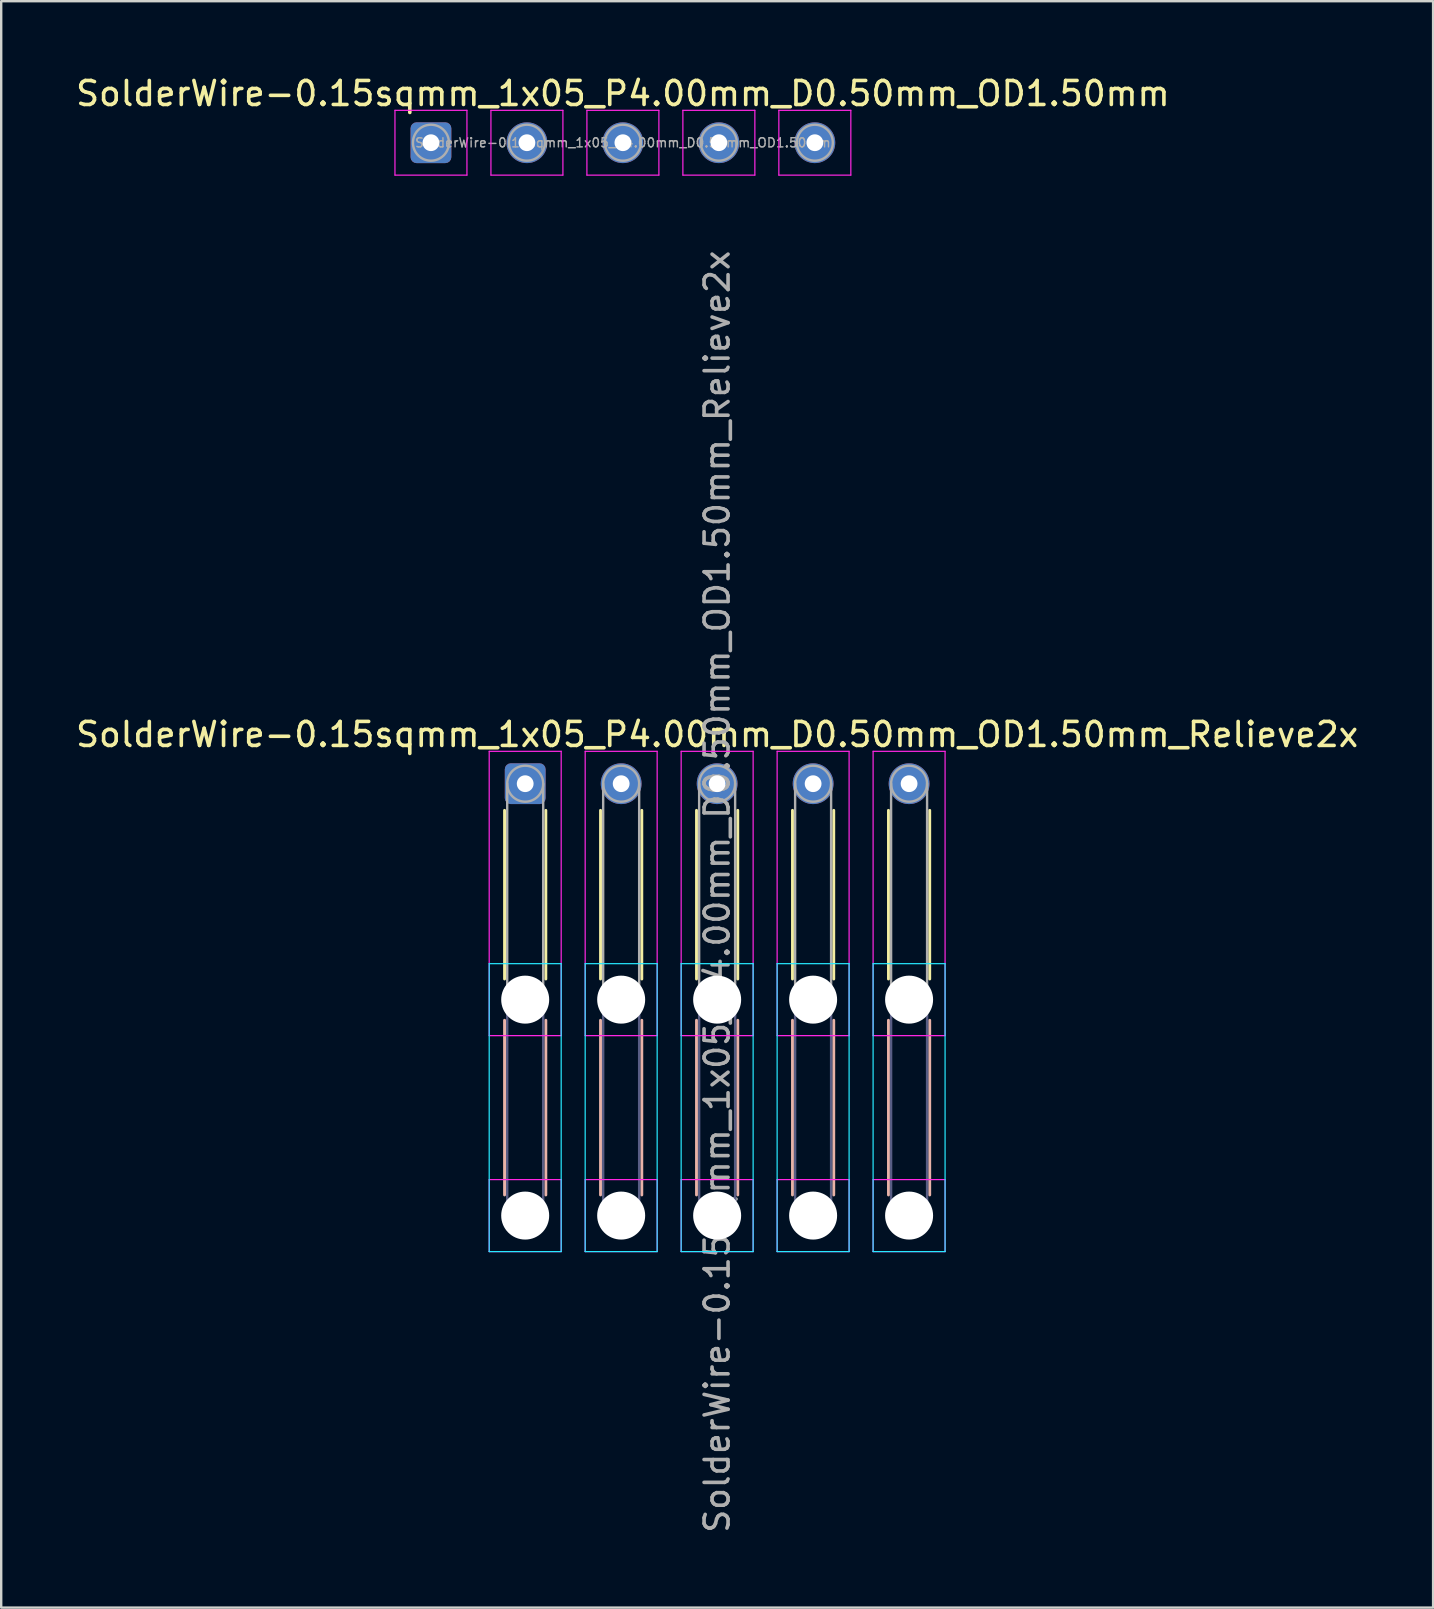
<source format=kicad_pcb>
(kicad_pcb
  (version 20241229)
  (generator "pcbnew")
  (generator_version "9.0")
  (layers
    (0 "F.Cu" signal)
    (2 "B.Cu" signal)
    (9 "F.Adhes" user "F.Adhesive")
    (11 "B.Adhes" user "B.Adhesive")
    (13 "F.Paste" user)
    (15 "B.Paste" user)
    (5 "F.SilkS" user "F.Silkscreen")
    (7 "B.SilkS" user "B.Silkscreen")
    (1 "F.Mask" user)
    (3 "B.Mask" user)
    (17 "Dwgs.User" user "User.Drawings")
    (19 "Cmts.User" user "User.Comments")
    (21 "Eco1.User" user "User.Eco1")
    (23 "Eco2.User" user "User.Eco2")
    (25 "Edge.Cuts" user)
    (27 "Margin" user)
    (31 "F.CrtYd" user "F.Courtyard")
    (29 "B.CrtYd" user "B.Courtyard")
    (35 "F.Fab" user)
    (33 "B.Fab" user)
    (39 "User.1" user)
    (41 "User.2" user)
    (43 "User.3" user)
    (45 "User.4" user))
  (footprint "SolderWire-0.15sqmm_1x05_P4.00mm_D0.50mm_OD1.50mm_Relieve2x"
    (layer "F.Cu")
    (at 18.839 29.613)
    (property "Reference" "SolderWire-0.15sqmm_1x05_P4.00mm_D0.50mm_OD1.50mm_Relieve2x" (at 8 -2.05 0) (layer "F.SilkS") (effects (font (size 1 1) (thickness 0.15))))
    (attr exclude_from_pos_files exclude_from_bom)
    (fp_line (start -0.86 1.11) (end -0.86 8.14) (stroke (width 0.12) (type solid)) (layer "F.SilkS"))
    (fp_line (start 0.86 1.11) (end 0.86 8.14) (stroke (width 0.12) (type solid)) (layer "F.SilkS"))
    (fp_line (start 3.14 1.11) (end 3.14 8.14) (stroke (width 0.12) (type solid)) (layer "F.SilkS"))
    (fp_line (start 4.86 1.11) (end 4.86 8.14) (stroke (width 0.12) (type solid)) (layer "F.SilkS"))
    (fp_line (start 7.14 1.11) (end 7.14 8.14) (stroke (width 0.12) (type solid)) (layer "F.SilkS"))
    (fp_line (start 8.86 1.11) (end 8.86 8.14) (stroke (width 0.12) (type solid)) (layer "F.SilkS"))
    (fp_line (start 11.14 1.11) (end 11.14 8.14) (stroke (width 0.12) (type solid)) (layer "F.SilkS"))
    (fp_line (start 12.86 1.11) (end 12.86 8.14) (stroke (width 0.12) (type solid)) (layer "F.SilkS"))
    (fp_line (start 15.14 1.11) (end 15.14 8.14) (stroke (width 0.12) (type solid)) (layer "F.SilkS"))
    (fp_line (start 16.86 1.11) (end 16.86 8.14) (stroke (width 0.12) (type solid)) (layer "F.SilkS"))
    (fp_line (start -0.86 9.86) (end -0.86 17.14) (stroke (width 0.12) (type solid)) (layer "B.SilkS"))
    (fp_line (start 0.86 9.86) (end 0.86 17.14) (stroke (width 0.12) (type solid)) (layer "B.SilkS"))
    (fp_line (start 3.14 9.86) (end 3.14 17.14) (stroke (width 0.12) (type solid)) (layer "B.SilkS"))
    (fp_line (start 4.86 9.86) (end 4.86 17.14) (stroke (width 0.12) (type solid)) (layer "B.SilkS"))
    (fp_line (start 7.14 9.86) (end 7.14 17.14) (stroke (width 0.12) (type solid)) (layer "B.SilkS"))
    (fp_line (start 8.86 9.86) (end 8.86 17.14) (stroke (width 0.12) (type solid)) (layer "B.SilkS"))
    (fp_line (start 11.14 9.86) (end 11.14 17.14) (stroke (width 0.12) (type solid)) (layer "B.SilkS"))
    (fp_line (start 12.86 9.86) (end 12.86 17.14) (stroke (width 0.12) (type solid)) (layer "B.SilkS"))
    (fp_line (start 15.14 9.86) (end 15.14 17.14) (stroke (width 0.12) (type solid)) (layer "B.SilkS"))
    (fp_line (start 16.86 9.86) (end 16.86 17.14) (stroke (width 0.12) (type solid)) (layer "B.SilkS"))
    (fp_line (start -1.5 7.5) (end -1.5 19.5) (stroke (width 0.05) (type solid)) (layer "B.CrtYd"))
    (fp_line (start -1.5 19.5) (end 1.5 19.5) (stroke (width 0.05) (type solid)) (layer "B.CrtYd"))
    (fp_line (start 1.5 7.5) (end -1.5 7.5) (stroke (width 0.05) (type solid)) (layer "B.CrtYd"))
    (fp_line (start 1.5 19.5) (end 1.5 7.5) (stroke (width 0.05) (type solid)) (layer "B.CrtYd"))
    (fp_line (start 2.5 7.5) (end 2.5 19.5) (stroke (width 0.05) (type solid)) (layer "B.CrtYd"))
    (fp_line (start 2.5 19.5) (end 5.5 19.5) (stroke (width 0.05) (type solid)) (layer "B.CrtYd"))
    (fp_line (start 5.5 7.5) (end 2.5 7.5) (stroke (width 0.05) (type solid)) (layer "B.CrtYd"))
    (fp_line (start 5.5 19.5) (end 5.5 7.5) (stroke (width 0.05) (type solid)) (layer "B.CrtYd"))
    (fp_line (start 6.5 7.5) (end 6.5 19.5) (stroke (width 0.05) (type solid)) (layer "B.CrtYd"))
    (fp_line (start 6.5 19.5) (end 9.5 19.5) (stroke (width 0.05) (type solid)) (layer "B.CrtYd"))
    (fp_line (start 9.5 7.5) (end 6.5 7.5) (stroke (width 0.05) (type solid)) (layer "B.CrtYd"))
    (fp_line (start 9.5 19.5) (end 9.5 7.5) (stroke (width 0.05) (type solid)) (layer "B.CrtYd"))
    (fp_line (start 10.5 7.5) (end 10.5 19.5) (stroke (width 0.05) (type solid)) (layer "B.CrtYd"))
    (fp_line (start 10.5 19.5) (end 13.5 19.5) (stroke (width 0.05) (type solid)) (layer "B.CrtYd"))
    (fp_line (start 13.5 7.5) (end 10.5 7.5) (stroke (width 0.05) (type solid)) (layer "B.CrtYd"))
    (fp_line (start 13.5 19.5) (end 13.5 7.5) (stroke (width 0.05) (type solid)) (layer "B.CrtYd"))
    (fp_line (start 14.5 7.5) (end 14.5 19.5) (stroke (width 0.05) (type solid)) (layer "B.CrtYd"))
    (fp_line (start 14.5 19.5) (end 17.5 19.5) (stroke (width 0.05) (type solid)) (layer "B.CrtYd"))
    (fp_line (start 17.5 7.5) (end 14.5 7.5) (stroke (width 0.05) (type solid)) (layer "B.CrtYd"))
    (fp_line (start 17.5 19.5) (end 17.5 7.5) (stroke (width 0.05) (type solid)) (layer "B.CrtYd"))
    (fp_line (start -1.5 -1.35) (end -1.5 10.5) (stroke (width 0.05) (type solid)) (layer "F.CrtYd"))
    (fp_line (start -1.5 10.5) (end 1.5 10.5) (stroke (width 0.05) (type solid)) (layer "F.CrtYd"))
    (fp_line (start -1.5 16.5) (end -1.5 19.5) (stroke (width 0.05) (type solid)) (layer "F.CrtYd"))
    (fp_line (start -1.5 19.5) (end 1.5 19.5) (stroke (width 0.05) (type solid)) (layer "F.CrtYd"))
    (fp_line (start 1.5 -1.35) (end -1.5 -1.35) (stroke (width 0.05) (type solid)) (layer "F.CrtYd"))
    (fp_line (start 1.5 10.5) (end 1.5 -1.35) (stroke (width 0.05) (type solid)) (layer "F.CrtYd"))
    (fp_line (start 1.5 16.5) (end -1.5 16.5) (stroke (width 0.05) (type solid)) (layer "F.CrtYd"))
    (fp_line (start 1.5 19.5) (end 1.5 16.5) (stroke (width 0.05) (type solid)) (layer "F.CrtYd"))
    (fp_line (start 2.5 -1.35) (end 2.5 10.5) (stroke (width 0.05) (type solid)) (layer "F.CrtYd"))
    (fp_line (start 2.5 10.5) (end 5.5 10.5) (stroke (width 0.05) (type solid)) (layer "F.CrtYd"))
    (fp_line (start 2.5 16.5) (end 2.5 19.5) (stroke (width 0.05) (type solid)) (layer "F.CrtYd"))
    (fp_line (start 2.5 19.5) (end 5.5 19.5) (stroke (width 0.05) (type solid)) (layer "F.CrtYd"))
    (fp_line (start 5.5 -1.35) (end 2.5 -1.35) (stroke (width 0.05) (type solid)) (layer "F.CrtYd"))
    (fp_line (start 5.5 10.5) (end 5.5 -1.35) (stroke (width 0.05) (type solid)) (layer "F.CrtYd"))
    (fp_line (start 5.5 16.5) (end 2.5 16.5) (stroke (width 0.05) (type solid)) (layer "F.CrtYd"))
    (fp_line (start 5.5 19.5) (end 5.5 16.5) (stroke (width 0.05) (type solid)) (layer "F.CrtYd"))
    (fp_line (start 6.5 -1.35) (end 6.5 10.5) (stroke (width 0.05) (type solid)) (layer "F.CrtYd"))
    (fp_line (start 6.5 10.5) (end 9.5 10.5) (stroke (width 0.05) (type solid)) (layer "F.CrtYd"))
    (fp_line (start 6.5 16.5) (end 6.5 19.5) (stroke (width 0.05) (type solid)) (layer "F.CrtYd"))
    (fp_line (start 6.5 19.5) (end 9.5 19.5) (stroke (width 0.05) (type solid)) (layer "F.CrtYd"))
    (fp_line (start 9.5 -1.35) (end 6.5 -1.35) (stroke (width 0.05) (type solid)) (layer "F.CrtYd"))
    (fp_line (start 9.5 10.5) (end 9.5 -1.35) (stroke (width 0.05) (type solid)) (layer "F.CrtYd"))
    (fp_line (start 9.5 16.5) (end 6.5 16.5) (stroke (width 0.05) (type solid)) (layer "F.CrtYd"))
    (fp_line (start 9.5 19.5) (end 9.5 16.5) (stroke (width 0.05) (type solid)) (layer "F.CrtYd"))
    (fp_line (start 10.5 -1.35) (end 10.5 10.5) (stroke (width 0.05) (type solid)) (layer "F.CrtYd"))
    (fp_line (start 10.5 10.5) (end 13.5 10.5) (stroke (width 0.05) (type solid)) (layer "F.CrtYd"))
    (fp_line (start 10.5 16.5) (end 10.5 19.5) (stroke (width 0.05) (type solid)) (layer "F.CrtYd"))
    (fp_line (start 10.5 19.5) (end 13.5 19.5) (stroke (width 0.05) (type solid)) (layer "F.CrtYd"))
    (fp_line (start 13.5 -1.35) (end 10.5 -1.35) (stroke (width 0.05) (type solid)) (layer "F.CrtYd"))
    (fp_line (start 13.5 10.5) (end 13.5 -1.35) (stroke (width 0.05) (type solid)) (layer "F.CrtYd"))
    (fp_line (start 13.5 16.5) (end 10.5 16.5) (stroke (width 0.05) (type solid)) (layer "F.CrtYd"))
    (fp_line (start 13.5 19.5) (end 13.5 16.5) (stroke (width 0.05) (type solid)) (layer "F.CrtYd"))
    (fp_line (start 14.5 -1.35) (end 14.5 10.5) (stroke (width 0.05) (type solid)) (layer "F.CrtYd"))
    (fp_line (start 14.5 10.5) (end 17.5 10.5) (stroke (width 0.05) (type solid)) (layer "F.CrtYd"))
    (fp_line (start 14.5 16.5) (end 14.5 19.5) (stroke (width 0.05) (type solid)) (layer "F.CrtYd"))
    (fp_line (start 14.5 19.5) (end 17.5 19.5) (stroke (width 0.05) (type solid)) (layer "F.CrtYd"))
    (fp_line (start 17.5 -1.35) (end 14.5 -1.35) (stroke (width 0.05) (type solid)) (layer "F.CrtYd"))
    (fp_line (start 17.5 10.5) (end 17.5 -1.35) (stroke (width 0.05) (type solid)) (layer "F.CrtYd"))
    (fp_line (start 17.5 16.5) (end 14.5 16.5) (stroke (width 0.05) (type solid)) (layer "F.CrtYd"))
    (fp_line (start 17.5 19.5) (end 17.5 16.5) (stroke (width 0.05) (type solid)) (layer "F.CrtYd"))
    (fp_line (start -0.75 9) (end -0.75 18) (stroke (width 0.1) (type solid)) (layer "B.Fab"))
    (fp_line (start 0.75 9) (end 0.75 18) (stroke (width 0.1) (type solid)) (layer "B.Fab"))
    (fp_line (start 3.25 9) (end 3.25 18) (stroke (width 0.1) (type solid)) (layer "B.Fab"))
    (fp_line (start 4.75 9) (end 4.75 18) (stroke (width 0.1) (type solid)) (layer "B.Fab"))
    (fp_line (start 7.25 9) (end 7.25 18) (stroke (width 0.1) (type solid)) (layer "B.Fab"))
    (fp_line (start 8.75 9) (end 8.75 18) (stroke (width 0.1) (type solid)) (layer "B.Fab"))
    (fp_line (start 11.25 9) (end 11.25 18) (stroke (width 0.1) (type solid)) (layer "B.Fab"))
    (fp_line (start 12.75 9) (end 12.75 18) (stroke (width 0.1) (type solid)) (layer "B.Fab"))
    (fp_line (start 15.25 9) (end 15.25 18) (stroke (width 0.1) (type solid)) (layer "B.Fab"))
    (fp_line (start 16.75 9) (end 16.75 18) (stroke (width 0.1) (type solid)) (layer "B.Fab"))
    (fp_circle (center 0 9) (end 0.75 9) (stroke (width 0.1) (type solid)) (fill no) (layer "B.Fab"))
    (fp_circle (center 0 18) (end 0.75 18) (stroke (width 0.1) (type solid)) (fill no) (layer "B.Fab"))
    (fp_circle (center 4 9) (end 4.75 9) (stroke (width 0.1) (type solid)) (fill no) (layer "B.Fab"))
    (fp_circle (center 4 18) (end 4.75 18) (stroke (width 0.1) (type solid)) (fill no) (layer "B.Fab"))
    (fp_circle (center 8 9) (end 8.75 9) (stroke (width 0.1) (type solid)) (fill no) (layer "B.Fab"))
    (fp_circle (center 8 18) (end 8.75 18) (stroke (width 0.1) (type solid)) (fill no) (layer "B.Fab"))
    (fp_circle (center 12 9) (end 12.75 9) (stroke (width 0.1) (type solid)) (fill no) (layer "B.Fab"))
    (fp_circle (center 12 18) (end 12.75 18) (stroke (width 0.1) (type solid)) (fill no) (layer "B.Fab"))
    (fp_circle (center 16 9) (end 16.75 9) (stroke (width 0.1) (type solid)) (fill no) (layer "B.Fab"))
    (fp_circle (center 16 18) (end 16.75 18) (stroke (width 0.1) (type solid)) (fill no) (layer "B.Fab"))
    (fp_line (start -0.75 0) (end -0.75 9) (stroke (width 0.1) (type solid)) (layer "F.Fab"))
    (fp_line (start 0.75 0) (end 0.75 9) (stroke (width 0.1) (type solid)) (layer "F.Fab"))
    (fp_line (start 3.25 0) (end 3.25 9) (stroke (width 0.1) (type solid)) (layer "F.Fab"))
    (fp_line (start 4.75 0) (end 4.75 9) (stroke (width 0.1) (type solid)) (layer "F.Fab"))
    (fp_line (start 7.25 0) (end 7.25 9) (stroke (width 0.1) (type solid)) (layer "F.Fab"))
    (fp_line (start 8.75 0) (end 8.75 9) (stroke (width 0.1) (type solid)) (layer "F.Fab"))
    (fp_line (start 11.25 0) (end 11.25 9) (stroke (width 0.1) (type solid)) (layer "F.Fab"))
    (fp_line (start 12.75 0) (end 12.75 9) (stroke (width 0.1) (type solid)) (layer "F.Fab"))
    (fp_line (start 15.25 0) (end 15.25 9) (stroke (width 0.1) (type solid)) (layer "F.Fab"))
    (fp_line (start 16.75 0) (end 16.75 9) (stroke (width 0.1) (type solid)) (layer "F.Fab"))
    (fp_circle (center 0 0) (end 0.75 0) (stroke (width 0.1) (type solid)) (fill no) (layer "F.Fab"))
    (fp_circle (center 0 9) (end 0.75 9) (stroke (width 0.1) (type solid)) (fill no) (layer "F.Fab"))
    (fp_circle (center 0 18) (end 0.75 18) (stroke (width 0.1) (type solid)) (fill no) (layer "F.Fab"))
    (fp_circle (center 4 0) (end 4.75 0) (stroke (width 0.1) (type solid)) (fill no) (layer "F.Fab"))
    (fp_circle (center 4 9) (end 4.75 9) (stroke (width 0.1) (type solid)) (fill no) (layer "F.Fab"))
    (fp_circle (center 4 18) (end 4.75 18) (stroke (width 0.1) (type solid)) (fill no) (layer "F.Fab"))
    (fp_circle (center 8 0) (end 8.75 0) (stroke (width 0.1) (type solid)) (fill no) (layer "F.Fab"))
    (fp_circle (center 8 9) (end 8.75 9) (stroke (width 0.1) (type solid)) (fill no) (layer "F.Fab"))
    (fp_circle (center 8 18) (end 8.75 18) (stroke (width 0.1) (type solid)) (fill no) (layer "F.Fab"))
    (fp_circle (center 12 0) (end 12.75 0) (stroke (width 0.1) (type solid)) (fill no) (layer "F.Fab"))
    (fp_circle (center 12 9) (end 12.75 9) (stroke (width 0.1) (type solid)) (fill no) (layer "F.Fab"))
    (fp_circle (center 12 18) (end 12.75 18) (stroke (width 0.1) (type solid)) (fill no) (layer "F.Fab"))
    (fp_circle (center 16 0) (end 16.75 0) (stroke (width 0.1) (type solid)) (fill no) (layer "F.Fab"))
    (fp_circle (center 16 9) (end 16.75 9) (stroke (width 0.1) (type solid)) (fill no) (layer "F.Fab"))
    (fp_circle (center 16 18) (end 16.75 18) (stroke (width 0.1) (type solid)) (fill no) (layer "F.Fab"))
    (fp_text user "${REFERENCE}" (at 8 4.5 90) (layer "F.Fab") (effects (font (size 1 1) (thickness 0.15))))
    (pad "" np_thru_hole circle (at 0 9) (size 2 2) (drill 2) (layers "*.Cu" "*.Mask"))
    (pad "" np_thru_hole circle (at 0 18) (size 2 2) (drill 2) (layers "*.Cu" "*.Mask"))
    (pad "" np_thru_hole circle (at 4 9) (size 2 2) (drill 2) (layers "*.Cu" "*.Mask"))
    (pad "" np_thru_hole circle (at 4 18) (size 2 2) (drill 2) (layers "*.Cu" "*.Mask"))
    (pad "" np_thru_hole circle (at 8 9) (size 2 2) (drill 2) (layers "*.Cu" "*.Mask"))
    (pad "" np_thru_hole circle (at 8 18) (size 2 2) (drill 2) (layers "*.Cu" "*.Mask"))
    (pad "" np_thru_hole circle (at 12 9) (size 2 2) (drill 2) (layers "*.Cu" "*.Mask"))
    (pad "" np_thru_hole circle (at 12 18) (size 2 2) (drill 2) (layers "*.Cu" "*.Mask"))
    (pad "" np_thru_hole circle (at 16 9) (size 2 2) (drill 2) (layers "*.Cu" "*.Mask"))
    (pad "" np_thru_hole circle (at 16 18) (size 2 2) (drill 2) (layers "*.Cu" "*.Mask"))
    (pad "1" thru_hole roundrect (at 0 0) (size 1.7 1.7) (drill 0.7) (layers "*.Cu" "*.Mask") (roundrect_rratio 0.147))
    (pad "2" thru_hole circle (at 4 0) (size 1.7 1.7) (drill 0.7) (layers "*.Cu" "*.Mask"))
    (pad "3" thru_hole circle (at 8 0) (size 1.7 1.7) (drill 0.7) (layers "*.Cu" "*.Mask"))
    (pad "4" thru_hole circle (at 12 0) (size 1.7 1.7) (drill 0.7) (layers "*.Cu" "*.Mask"))
    (pad "5" thru_hole circle (at 16 0) (size 1.7 1.7) (drill 0.7) (layers "*.Cu" "*.Mask")))
  (footprint "SolderWire-0.15sqmm_1x05_P4.00mm_D0.50mm_OD1.50mm"
    (layer "F.Cu")
    (at 14.911 2.898)
    (property "Reference" "SolderWire-0.15sqmm_1x05_P4.00mm_D0.50mm_OD1.50mm" (at 8 -2.05 0) (layer "F.SilkS") (effects (font (size 1 1) (thickness 0.15))))
    (attr exclude_from_pos_files exclude_from_bom)
    (fp_line (start -1.5 -1.35) (end -1.5 1.35) (stroke (width 0.05) (type solid)) (layer "F.CrtYd"))
    (fp_line (start -1.5 1.35) (end 1.5 1.35) (stroke (width 0.05) (type solid)) (layer "F.CrtYd"))
    (fp_line (start 1.5 -1.35) (end -1.5 -1.35) (stroke (width 0.05) (type solid)) (layer "F.CrtYd"))
    (fp_line (start 1.5 1.35) (end 1.5 -1.35) (stroke (width 0.05) (type solid)) (layer "F.CrtYd"))
    (fp_line (start 2.5 -1.35) (end 2.5 1.35) (stroke (width 0.05) (type solid)) (layer "F.CrtYd"))
    (fp_line (start 2.5 1.35) (end 5.5 1.35) (stroke (width 0.05) (type solid)) (layer "F.CrtYd"))
    (fp_line (start 5.5 -1.35) (end 2.5 -1.35) (stroke (width 0.05) (type solid)) (layer "F.CrtYd"))
    (fp_line (start 5.5 1.35) (end 5.5 -1.35) (stroke (width 0.05) (type solid)) (layer "F.CrtYd"))
    (fp_line (start 6.5 -1.35) (end 6.5 1.35) (stroke (width 0.05) (type solid)) (layer "F.CrtYd"))
    (fp_line (start 6.5 1.35) (end 9.5 1.35) (stroke (width 0.05) (type solid)) (layer "F.CrtYd"))
    (fp_line (start 9.5 -1.35) (end 6.5 -1.35) (stroke (width 0.05) (type solid)) (layer "F.CrtYd"))
    (fp_line (start 9.5 1.35) (end 9.5 -1.35) (stroke (width 0.05) (type solid)) (layer "F.CrtYd"))
    (fp_line (start 10.5 -1.35) (end 10.5 1.35) (stroke (width 0.05) (type solid)) (layer "F.CrtYd"))
    (fp_line (start 10.5 1.35) (end 13.5 1.35) (stroke (width 0.05) (type solid)) (layer "F.CrtYd"))
    (fp_line (start 13.5 -1.35) (end 10.5 -1.35) (stroke (width 0.05) (type solid)) (layer "F.CrtYd"))
    (fp_line (start 13.5 1.35) (end 13.5 -1.35) (stroke (width 0.05) (type solid)) (layer "F.CrtYd"))
    (fp_line (start 14.5 -1.35) (end 14.5 1.35) (stroke (width 0.05) (type solid)) (layer "F.CrtYd"))
    (fp_line (start 14.5 1.35) (end 17.5 1.35) (stroke (width 0.05) (type solid)) (layer "F.CrtYd"))
    (fp_line (start 17.5 -1.35) (end 14.5 -1.35) (stroke (width 0.05) (type solid)) (layer "F.CrtYd"))
    (fp_line (start 17.5 1.35) (end 17.5 -1.35) (stroke (width 0.05) (type solid)) (layer "F.CrtYd"))
    (fp_circle (center 0 0) (end 0.75 0) (stroke (width 0.1) (type solid)) (fill no) (layer "F.Fab"))
    (fp_circle (center 4 0) (end 4.75 0) (stroke (width 0.1) (type solid)) (fill no) (layer "F.Fab"))
    (fp_circle (center 8 0) (end 8.75 0) (stroke (width 0.1) (type solid)) (fill no) (layer "F.Fab"))
    (fp_circle (center 12 0) (end 12.75 0) (stroke (width 0.1) (type solid)) (fill no) (layer "F.Fab"))
    (fp_circle (center 16 0) (end 16.75 0) (stroke (width 0.1) (type solid)) (fill no) (layer "F.Fab"))
    (fp_text user "${REFERENCE}" (at 8 0 0) (layer "F.Fab") (effects (font (size 0.38 0.38) (thickness 0.06))))
    (pad "1" thru_hole roundrect (at 0 0) (size 1.7 1.7) (drill 0.7) (layers "*.Cu" "*.Mask") (roundrect_rratio 0.147))
    (pad "2" thru_hole circle (at 4 0) (size 1.7 1.7) (drill 0.7) (layers "*.Cu" "*.Mask"))
    (pad "3" thru_hole circle (at 8 0) (size 1.7 1.7) (drill 0.7) (layers "*.Cu" "*.Mask"))
    (pad "4" thru_hole circle (at 12 0) (size 1.7 1.7) (drill 0.7) (layers "*.Cu" "*.Mask"))
    (pad "5" thru_hole circle (at 16 0) (size 1.7 1.7) (drill 0.7) (layers "*.Cu" "*.Mask")))
  (gr_rect
    (start -3 -3)
    (end 56.679 63.952)
    (stroke (width 0.1) (type default))
    (fill no)
    (layer "Edge.Cuts")))
</source>
